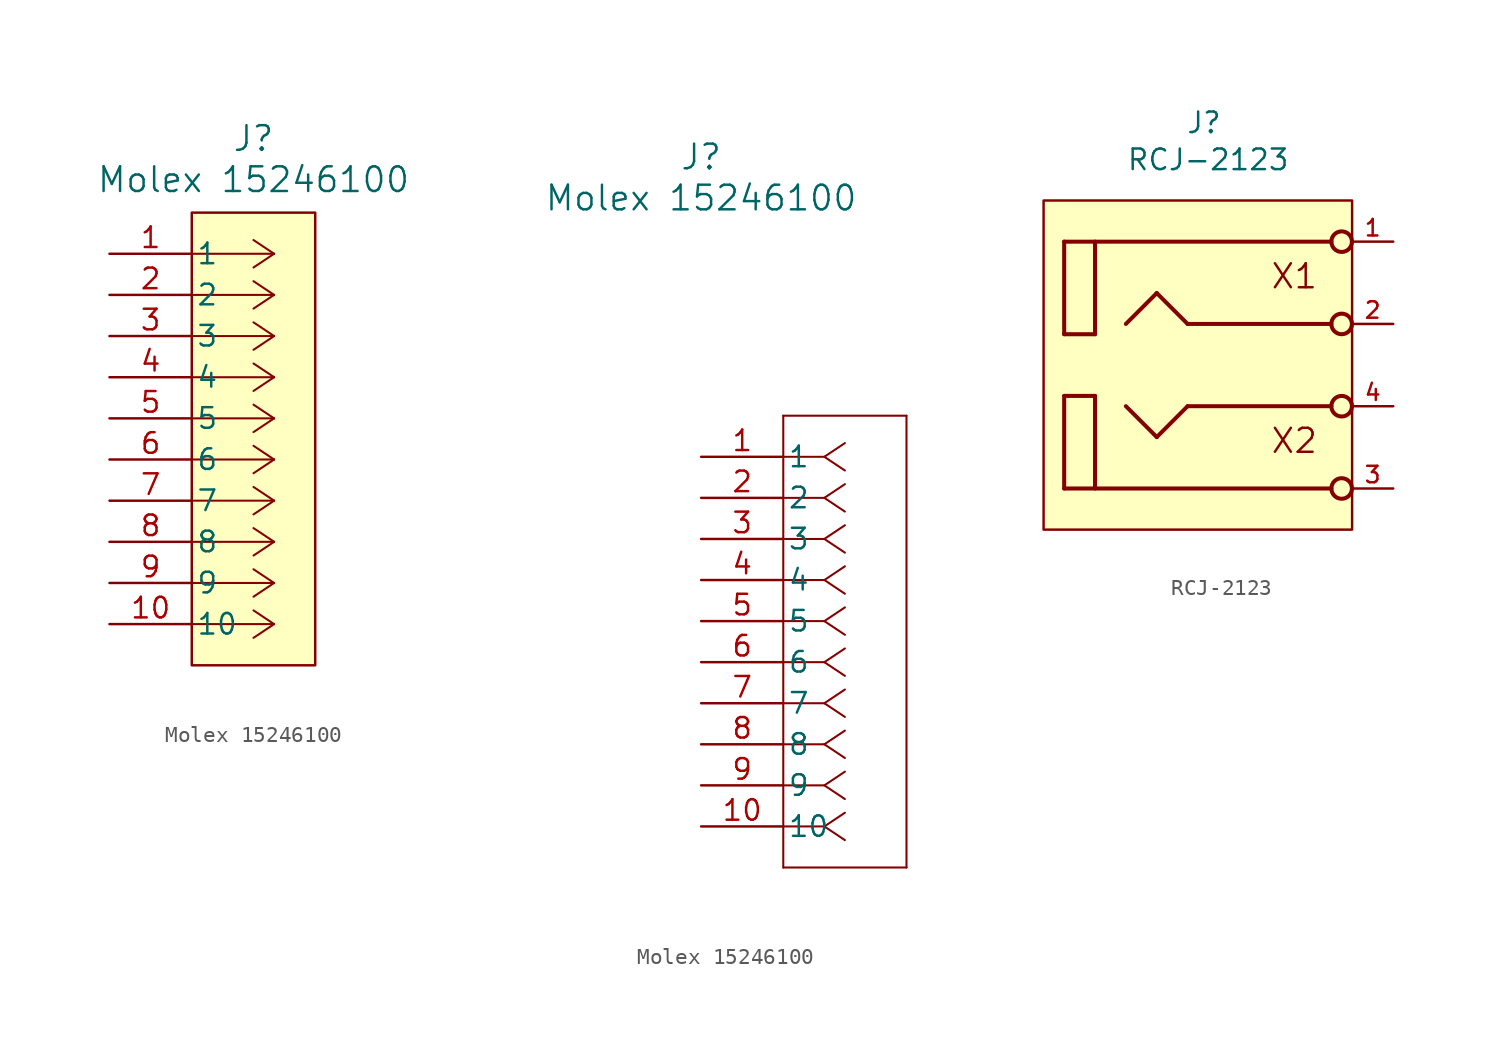
<source format=kicad_sym>
(kicad_symbol_lib
  (version 20241209)
  (generator "kicad_symbol_editor")
  (generator_version "9.0")
  (symbol "Molex 15246100"
    (pin_names
      (offset 0.254))
    (property "Reference" "J"
      (at 0 18.542 0)
      (effects (font (size 1.524 1.524))))
    (property "Value" "Molex 15246100"
      (at 0 16.002 0)
      (effects (font (size 1.524 1.524))))
    (symbol "Molex 15246100_1_1"
      (rectangle (start -3.81 13.97) (end 3.81 -13.97) (stroke (width 0) (type default)) (fill (type background)))
      (polyline (pts (xy 1.27 11.43) (xy -3.81 11.43)) (stroke (width 0.127) (type default)) (fill (type none)))
      (polyline (pts (xy 1.27 11.43) (xy 0 12.277)) (stroke (width 0.127) (type default)) (fill (type none)))
      (polyline (pts (xy 1.27 11.43) (xy 0 10.583)) (stroke (width 0.127) (type default)) (fill (type none)))
      (polyline (pts (xy 1.27 8.89) (xy -3.81 8.89)) (stroke (width 0.127) (type default)) (fill (type none)))
      (polyline (pts (xy 1.27 8.89) (xy 0 9.737)) (stroke (width 0.127) (type default)) (fill (type none)))
      (polyline (pts (xy 1.27 8.89) (xy 0 8.043)) (stroke (width 0.127) (type default)) (fill (type none)))
      (polyline (pts (xy 1.27 6.35) (xy -3.81 6.35)) (stroke (width 0.127) (type default)) (fill (type none)))
      (polyline (pts (xy 1.27 6.35) (xy 0 7.197)) (stroke (width 0.127) (type default)) (fill (type none)))
      (polyline (pts (xy 1.27 6.35) (xy 0 5.503)) (stroke (width 0.127) (type default)) (fill (type none)))
      (polyline (pts (xy 1.27 3.81) (xy -3.81 3.81)) (stroke (width 0.127) (type default)) (fill (type none)))
      (polyline (pts (xy 1.27 3.81) (xy 0 4.657)) (stroke (width 0.127) (type default)) (fill (type none)))
      (polyline (pts (xy 1.27 3.81) (xy 0 2.963)) (stroke (width 0.127) (type default)) (fill (type none)))
      (polyline (pts (xy 1.27 1.27) (xy -3.81 1.27)) (stroke (width 0.127) (type default)) (fill (type none)))
      (polyline (pts (xy 1.27 1.27) (xy 0 2.117)) (stroke (width 0.127) (type default)) (fill (type none)))
      (polyline (pts (xy 1.27 1.27) (xy 0 0.423)) (stroke (width 0.127) (type default)) (fill (type none)))
      (polyline (pts (xy 1.27 -1.27) (xy -3.81 -1.27)) (stroke (width 0.127) (type default)) (fill (type none)))
      (polyline (pts (xy 1.27 -1.27) (xy 0 -0.423)) (stroke (width 0.127) (type default)) (fill (type none)))
      (polyline (pts (xy 1.27 -1.27) (xy 0 -2.117)) (stroke (width 0.127) (type default)) (fill (type none)))
      (polyline (pts (xy 1.27 -3.81) (xy -3.81 -3.81)) (stroke (width 0.127) (type default)) (fill (type none)))
      (polyline (pts (xy 1.27 -3.81) (xy 0 -2.963)) (stroke (width 0.127) (type default)) (fill (type none)))
      (polyline (pts (xy 1.27 -3.81) (xy 0 -4.657)) (stroke (width 0.127) (type default)) (fill (type none)))
      (polyline (pts (xy 1.27 -6.35) (xy -3.81 -6.35)) (stroke (width 0.127) (type default)) (fill (type none)))
      (polyline (pts (xy 1.27 -6.35) (xy 0 -5.503)) (stroke (width 0.127) (type default)) (fill (type none)))
      (polyline (pts (xy 1.27 -6.35) (xy 0 -7.197)) (stroke (width 0.127) (type default)) (fill (type none)))
      (polyline (pts (xy 1.27 -8.89) (xy -3.81 -8.89)) (stroke (width 0.127) (type default)) (fill (type none)))
      (polyline (pts (xy 1.27 -8.89) (xy 0 -8.043)) (stroke (width 0.127) (type default)) (fill (type none)))
      (polyline (pts (xy 1.27 -8.89) (xy 0 -9.737)) (stroke (width 0.127) (type default)) (fill (type none)))
      (polyline (pts (xy 1.27 -11.43) (xy -3.81 -11.43)) (stroke (width 0.127) (type default)) (fill (type none)))
      (polyline (pts (xy 1.27 -11.43) (xy 0 -10.583)) (stroke (width 0.127) (type default)) (fill (type none)))
      (polyline (pts (xy 1.27 -11.43) (xy 0 -12.277)) (stroke (width 0.127) (type default)) (fill (type none)))
      (pin input line (at -8.89 11.43 0) (length 5.08) (name "1" (effects (font (size 1.27 1.27)))) (number "1" (effects (font (size 1.27 1.27)))))
      (pin input line (at -8.89 8.89 0) (length 5.08) (name "2" (effects (font (size 1.27 1.27)))) (number "2" (effects (font (size 1.27 1.27)))))
      (pin input line (at -8.89 6.35 0) (length 5.08) (name "3" (effects (font (size 1.27 1.27)))) (number "3" (effects (font (size 1.27 1.27)))))
      (pin input line (at -8.89 3.81 0) (length 5.08) (name "4" (effects (font (size 1.27 1.27)))) (number "4" (effects (font (size 1.27 1.27)))))
      (pin input line (at -8.89 1.27 0) (length 5.08) (name "5" (effects (font (size 1.27 1.27)))) (number "5" (effects (font (size 1.27 1.27)))))
      (pin input line (at -8.89 -1.27 0) (length 5.08) (name "6" (effects (font (size 1.27 1.27)))) (number "6" (effects (font (size 1.27 1.27)))))
      (pin input line (at -8.89 -3.81 0) (length 5.08) (name "7" (effects (font (size 1.27 1.27)))) (number "7" (effects (font (size 1.27 1.27)))))
      (pin input line (at -8.89 -6.35 0) (length 5.08) (name "8" (effects (font (size 1.27 1.27)))) (number "8" (effects (font (size 1.27 1.27)))))
      (pin input line (at -8.89 -8.89 0) (length 5.08) (name "9" (effects (font (size 1.27 1.27)))) (number "9" (effects (font (size 1.27 1.27)))))
      (pin input line (at -8.89 -11.43 0) (length 5.08) (name "10" (effects (font (size 1.27 1.27)))) (number "10" (effects (font (size 1.27 1.27))))))
    (symbol "Molex 15246100_1_2"
      (polyline (pts (xy 5.08 2.54) (xy 5.08 -25.4)) (stroke (width 0.127) (type default)) (fill (type none)))
      (polyline (pts (xy 5.08 -25.4) (xy 12.7 -25.4)) (stroke (width 0.127) (type default)) (fill (type none)))
      (polyline (pts (xy 7.62 0) (xy 5.08 0)) (stroke (width 0.127) (type default)) (fill (type none)))
      (polyline (pts (xy 7.62 0) (xy 8.89 0.847)) (stroke (width 0.127) (type default)) (fill (type none)))
      (polyline (pts (xy 7.62 0) (xy 8.89 -0.847)) (stroke (width 0.127) (type default)) (fill (type none)))
      (polyline (pts (xy 7.62 -2.54) (xy 5.08 -2.54)) (stroke (width 0.127) (type default)) (fill (type none)))
      (polyline (pts (xy 7.62 -2.54) (xy 8.89 -1.693)) (stroke (width 0.127) (type default)) (fill (type none)))
      (polyline (pts (xy 7.62 -2.54) (xy 8.89 -3.387)) (stroke (width 0.127) (type default)) (fill (type none)))
      (polyline (pts (xy 7.62 -5.08) (xy 5.08 -5.08)) (stroke (width 0.127) (type default)) (fill (type none)))
      (polyline (pts (xy 7.62 -5.08) (xy 8.89 -4.233)) (stroke (width 0.127) (type default)) (fill (type none)))
      (polyline (pts (xy 7.62 -5.08) (xy 8.89 -5.927)) (stroke (width 0.127) (type default)) (fill (type none)))
      (polyline (pts (xy 7.62 -7.62) (xy 5.08 -7.62)) (stroke (width 0.127) (type default)) (fill (type none)))
      (polyline (pts (xy 7.62 -7.62) (xy 8.89 -6.773)) (stroke (width 0.127) (type default)) (fill (type none)))
      (polyline (pts (xy 7.62 -7.62) (xy 8.89 -8.467)) (stroke (width 0.127) (type default)) (fill (type none)))
      (polyline (pts (xy 7.62 -10.16) (xy 5.08 -10.16)) (stroke (width 0.127) (type default)) (fill (type none)))
      (polyline (pts (xy 7.62 -10.16) (xy 8.89 -9.313)) (stroke (width 0.127) (type default)) (fill (type none)))
      (polyline (pts (xy 7.62 -10.16) (xy 8.89 -11.007)) (stroke (width 0.127) (type default)) (fill (type none)))
      (polyline (pts (xy 7.62 -12.7) (xy 5.08 -12.7)) (stroke (width 0.127) (type default)) (fill (type none)))
      (polyline (pts (xy 7.62 -12.7) (xy 8.89 -11.853)) (stroke (width 0.127) (type default)) (fill (type none)))
      (polyline (pts (xy 7.62 -12.7) (xy 8.89 -13.547)) (stroke (width 0.127) (type default)) (fill (type none)))
      (polyline (pts (xy 7.62 -15.24) (xy 5.08 -15.24)) (stroke (width 0.127) (type default)) (fill (type none)))
      (polyline (pts (xy 7.62 -15.24) (xy 8.89 -14.393)) (stroke (width 0.127) (type default)) (fill (type none)))
      (polyline (pts (xy 7.62 -15.24) (xy 8.89 -16.087)) (stroke (width 0.127) (type default)) (fill (type none)))
      (polyline (pts (xy 7.62 -17.78) (xy 5.08 -17.78)) (stroke (width 0.127) (type default)) (fill (type none)))
      (polyline (pts (xy 7.62 -17.78) (xy 8.89 -16.933)) (stroke (width 0.127) (type default)) (fill (type none)))
      (polyline (pts (xy 7.62 -17.78) (xy 8.89 -18.627)) (stroke (width 0.127) (type default)) (fill (type none)))
      (polyline (pts (xy 7.62 -20.32) (xy 5.08 -20.32)) (stroke (width 0.127) (type default)) (fill (type none)))
      (polyline (pts (xy 7.62 -20.32) (xy 8.89 -19.473)) (stroke (width 0.127) (type default)) (fill (type none)))
      (polyline (pts (xy 7.62 -20.32) (xy 8.89 -21.167)) (stroke (width 0.127) (type default)) (fill (type none)))
      (polyline (pts (xy 7.62 -22.86) (xy 5.08 -22.86)) (stroke (width 0.127) (type default)) (fill (type none)))
      (polyline (pts (xy 7.62 -22.86) (xy 8.89 -22.013)) (stroke (width 0.127) (type default)) (fill (type none)))
      (polyline (pts (xy 7.62 -22.86) (xy 8.89 -23.707)) (stroke (width 0.127) (type default)) (fill (type none)))
      (polyline (pts (xy 12.7 2.54) (xy 5.08 2.54)) (stroke (width 0.127) (type default)) (fill (type none)))
      (polyline (pts (xy 12.7 -25.4) (xy 12.7 2.54)) (stroke (width 0.127) (type default)) (fill (type none)))
      (pin unspecified line (at 0 0 0) (length 5.08) (name "1" (effects (font (size 1.27 1.27)))) (number "1" (effects (font (size 1.27 1.27)))))
      (pin unspecified line (at 0 -2.54 0) (length 5.08) (name "2" (effects (font (size 1.27 1.27)))) (number "2" (effects (font (size 1.27 1.27)))))
      (pin unspecified line (at 0 -5.08 0) (length 5.08) (name "3" (effects (font (size 1.27 1.27)))) (number "3" (effects (font (size 1.27 1.27)))))
      (pin unspecified line (at 0 -7.62 0) (length 5.08) (name "4" (effects (font (size 1.27 1.27)))) (number "4" (effects (font (size 1.27 1.27)))))
      (pin unspecified line (at 0 -10.16 0) (length 5.08) (name "5" (effects (font (size 1.27 1.27)))) (number "5" (effects (font (size 1.27 1.27)))))
      (pin unspecified line (at 0 -12.7 0) (length 5.08) (name "6" (effects (font (size 1.27 1.27)))) (number "6" (effects (font (size 1.27 1.27)))))
      (pin unspecified line (at 0 -15.24 0) (length 5.08) (name "7" (effects (font (size 1.27 1.27)))) (number "7" (effects (font (size 1.27 1.27)))))
      (pin unspecified line (at 0 -17.78 0) (length 5.08) (name "8" (effects (font (size 1.27 1.27)))) (number "8" (effects (font (size 1.27 1.27)))))
      (pin unspecified line (at 0 -20.32 0) (length 5.08) (name "9" (effects (font (size 1.27 1.27)))) (number "9" (effects (font (size 1.27 1.27)))))
      (pin unspecified line (at 0 -22.86 0) (length 5.08) (name "10" (effects (font (size 1.27 1.27)))) (number "10" (effects (font (size 1.27 1.27)))))))
  (symbol "RCJ-2123"
    (pin_names
      (offset 1.016))
    (property "Reference" "J"
      (at -0.254 14.224 0)
      (effects (font (size 1.27 1.27)) (justify bottom)))
    (property "Value" "RCJ-2123"
      (at 0 11.938 0)
      (effects (font (size 1.27 1.27)) (justify bottom)))
    (symbol "RCJ-2123_0_0"
      (polyline (pts (xy -8.888 7.62) (xy 7.609 7.62)) (stroke (width 0.25) (type default)) (fill (type none)))
      (polyline (pts (xy -8.888 1.905) (xy -8.888 7.62)) (stroke (width 0.25) (type default)) (fill (type none)))
      (polyline (pts (xy -8.888 1.905) (xy -6.983 1.905)) (stroke (width 0.25) (type default)) (fill (type none)))
      (polyline (pts (xy -8.888 -1.905) (xy -8.888 -7.62)) (stroke (width 0.25) (type default)) (fill (type none)))
      (polyline (pts (xy -8.888 -1.905) (xy -6.983 -1.905)) (stroke (width 0.25) (type default)) (fill (type none)))
      (polyline (pts (xy -8.888 -7.62) (xy 7.609 -7.62)) (stroke (width 0.25) (type default)) (fill (type none)))
      (polyline (pts (xy -6.983 1.905) (xy -6.983 7.62)) (stroke (width 0.25) (type default)) (fill (type none)))
      (polyline (pts (xy -6.983 -1.905) (xy -6.983 -7.62)) (stroke (width 0.25) (type default)) (fill (type none)))
      (polyline (pts (xy -5.078 2.54) (xy -3.173 4.445)) (stroke (width 0.25) (type default)) (fill (type none)))
      (polyline (pts (xy -5.078 -2.54) (xy -3.173 -4.445)) (stroke (width 0.25) (type default)) (fill (type none)))
      (polyline (pts (xy -3.173 4.445) (xy -1.268 2.54)) (stroke (width 0.25) (type default)) (fill (type none)))
      (polyline (pts (xy -3.173 -4.445) (xy -1.268 -2.54)) (stroke (width 0.25) (type default)) (fill (type none)))
      (polyline (pts (xy -1.268 2.54) (xy 7.609 2.54)) (stroke (width 0.25) (type default)) (fill (type none)))
      (polyline (pts (xy -1.268 -2.54) (xy 7.609 -2.54)) (stroke (width 0.25) (type default)) (fill (type none)))
      (circle (center 8.244 7.62) (radius 0.635) (stroke (width 0.25) (type default)) (fill (type none)))
      (circle (center 8.244 2.54) (radius 0.635) (stroke (width 0.25) (type default)) (fill (type none)))
      (circle (center 8.244 -2.54) (radius 0.635) (stroke (width 0.25) (type default)) (fill (type none)))
      (circle (center 8.244 -7.62) (radius 0.635) (stroke (width 0.25) (type default)) (fill (type none)))
      (text "X1" (at 3.81 6.35 0) (effects (font (size 1.48 1.48)) (justify left top)))
      (text "X2" (at 3.81 -3.81 0) (effects (font (size 1.48 1.48)) (justify left top))))
    (symbol "RCJ-2123_0_1"
      (rectangle (start -10.16 10.16) (end 8.89 -10.16) (stroke (width 0) (type default)) (fill (type background))))
    (symbol "RCJ-2123_1_0"
      (pin power_in line (at 11.43 7.62 180) (length 2.54) (name "~" (effects (font (size 1.016 1.016)))) (number "1" (effects (font (size 1.016 1.016)))))
      (pin output line (at 11.43 2.54 180) (length 2.54) (name "~" (effects (font (size 1.016 1.016)))) (number "2" (effects (font (size 1.016 1.016)))))
      (pin output line (at 11.43 -2.54 180) (length 2.54) (name "~" (effects (font (size 1.016 1.016)))) (number "4" (effects (font (size 1.016 1.016)))))
      (pin power_in line (at 11.43 -7.62 180) (length 2.54) (name "~" (effects (font (size 1.016 1.016)))) (number "3" (effects (font (size 1.016 1.016))))))))
</source>
